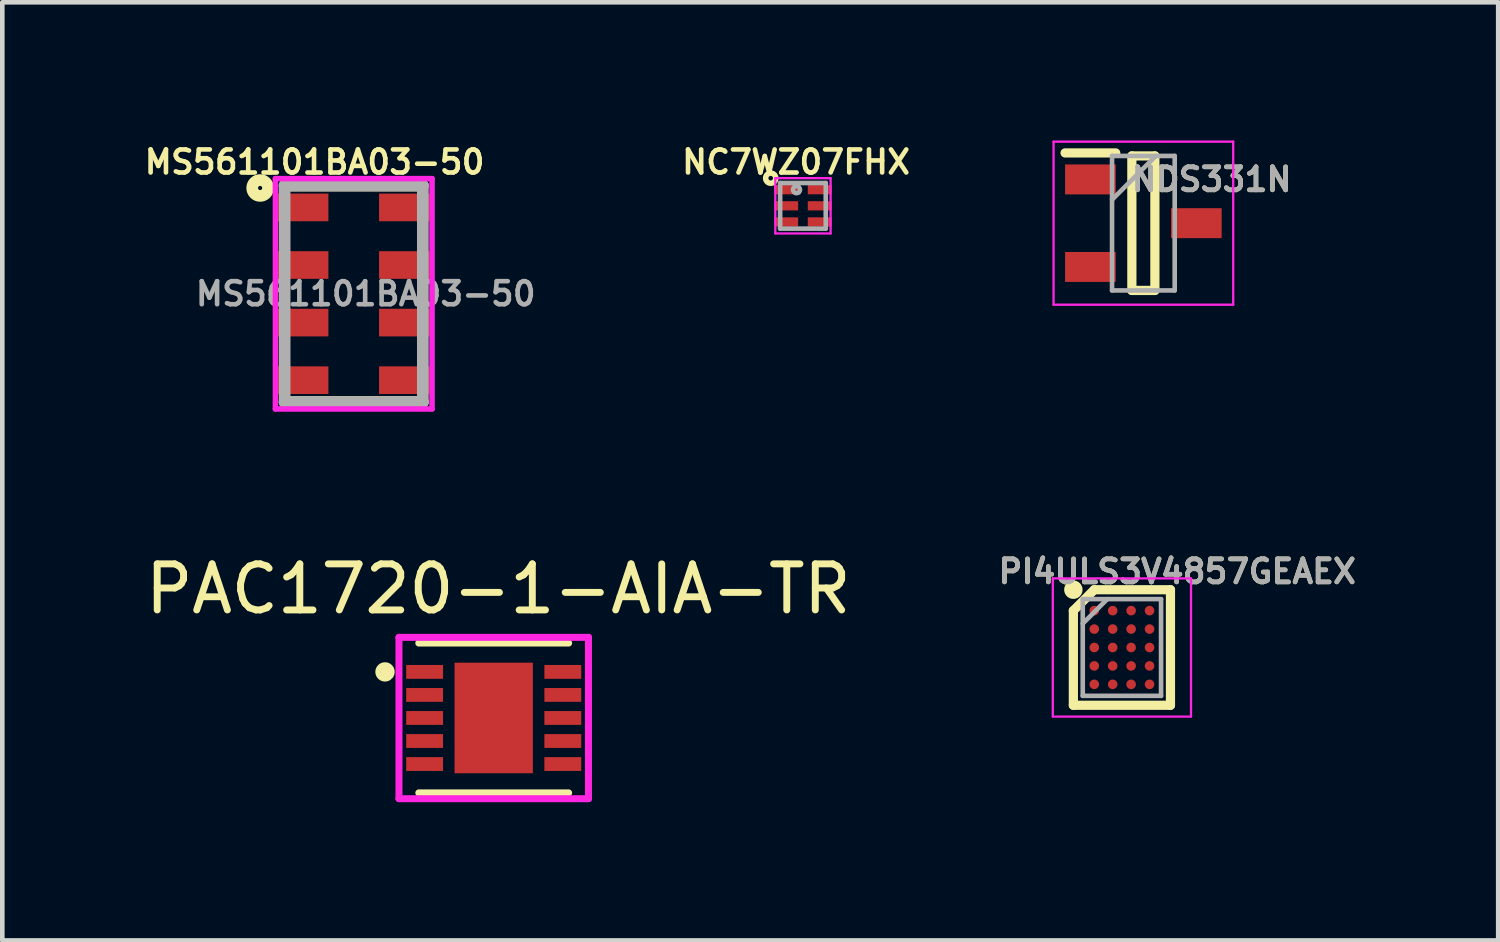
<source format=kicad_pcb>
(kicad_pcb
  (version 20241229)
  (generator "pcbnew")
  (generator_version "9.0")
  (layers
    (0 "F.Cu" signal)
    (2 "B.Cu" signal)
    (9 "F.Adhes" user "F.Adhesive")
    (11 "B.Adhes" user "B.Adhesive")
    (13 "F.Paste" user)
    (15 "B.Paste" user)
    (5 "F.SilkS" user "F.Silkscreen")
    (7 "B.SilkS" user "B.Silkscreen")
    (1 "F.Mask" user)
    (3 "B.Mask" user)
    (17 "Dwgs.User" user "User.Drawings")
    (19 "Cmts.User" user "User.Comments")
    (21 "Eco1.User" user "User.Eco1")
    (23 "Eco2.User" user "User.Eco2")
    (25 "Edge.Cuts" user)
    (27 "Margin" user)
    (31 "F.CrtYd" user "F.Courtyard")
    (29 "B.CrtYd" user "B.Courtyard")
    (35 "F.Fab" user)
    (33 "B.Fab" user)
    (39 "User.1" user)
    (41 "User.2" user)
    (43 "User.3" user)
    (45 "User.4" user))
  (footprint "NC7WZ07FHX"
    (layer "F.Cu")
    (at 14.381 1.418)
    (property "Reference" "NC7WZ07FHX" (at -0.15 -0.95 0) (layer "F.SilkS") (effects (font (size 0.5 0.5) (thickness 0.1))))
    (attr smd)
    (fp_circle (center -0.7 -0.6) (end -0.7 -0.55) (stroke (width 0.12) (type solid)) (fill no) (layer "F.SilkS"))
    (fp_line (start -0.6 -0.6) (end 0.6 -0.6) (stroke (width 0.05) (type solid)) (layer "F.CrtYd"))
    (fp_line (start -0.6 0.6) (end -0.6 -0.6) (stroke (width 0.05) (type solid)) (layer "F.CrtYd"))
    (fp_line (start 0.6 -0.6) (end 0.6 0.6) (stroke (width 0.05) (type solid)) (layer "F.CrtYd"))
    (fp_line (start 0.6 0.6) (end -0.6 0.6) (stroke (width 0.05) (type solid)) (layer "F.CrtYd"))
    (fp_line (start -0.495 -0.495) (end -0.495 0.495) (stroke (width 0.1) (type solid)) (layer "F.Fab"))
    (fp_line (start -0.495 0.495) (end 0.495 0.495) (stroke (width 0.1) (type solid)) (layer "F.Fab"))
    (fp_line (start 0.495 -0.495) (end -0.495 -0.495) (stroke (width 0.1) (type solid)) (layer "F.Fab"))
    (fp_line (start 0.495 0.495) (end 0.495 -0.495) (stroke (width 0.1) (type solid)) (layer "F.Fab"))
    (fp_circle (center -0.14 -0.35) (end -0.064 -0.35) (stroke (width 0.1) (type solid)) (fill no) (layer "F.Fab"))
    (pad "1" smd rect (at -0.34 -0.35) (size 0.57 0.2) (layers "F.Cu" "F.Mask" "F.Paste"))
    (pad "2" smd rect (at -0.365 0) (size 0.52 0.2) (layers "F.Cu" "F.Mask" "F.Paste"))
    (pad "3" smd rect (at -0.365 0.35) (size 0.52 0.2) (layers "F.Cu" "F.Mask" "F.Paste"))
    (pad "4" smd rect (at 0.365 0.35) (size 0.52 0.2) (layers "F.Cu" "F.Mask" "F.Paste"))
    (pad "5" smd rect (at 0.365 0) (size 0.52 0.2) (layers "F.Cu" "F.Mask" "F.Paste"))
    (pad "6" smd rect (at 0.365 -0.35) (size 0.52 0.2) (layers "F.Cu" "F.Mask" "F.Paste")))
  (footprint "PI4ULS3V4857GEAEX"
    (layer "F.Cu")
    (at 21.305 11.006)
    (property "Reference" "PI4ULS3V4857GEAEX" (at 1.2 -1.65 0) (layer "F.SilkS") (effects (font (size 0.5 0.5) (thickness 0.1))))
    (attr smd)
    (fp_line (start -1.054 -0.8) (end -0.6 -1.254) (stroke (width 0.2) (type solid)) (layer "F.SilkS"))
    (fp_line (start -1.054 1.254) (end -1.054 -0.8) (stroke (width 0.2) (type solid)) (layer "F.SilkS"))
    (fp_line (start -0.6 -1.254) (end 1.054 -1.254) (stroke (width 0.2) (type solid)) (layer "F.SilkS"))
    (fp_line (start 1.054 -1.254) (end 1.054 1.254) (stroke (width 0.2) (type solid)) (layer "F.SilkS"))
    (fp_line (start 1.054 1.254) (end -1.054 1.254) (stroke (width 0.2) (type solid)) (layer "F.SilkS"))
    (fp_circle (center -1.054 -1.254) (end -1.054 -1.154) (stroke (width 0.2) (type solid)) (fill no) (layer "F.SilkS"))
    (fp_line (start -1.5 -1.5) (end 1.5 -1.5) (stroke (width 0.05) (type solid)) (layer "F.CrtYd"))
    (fp_line (start -1.5 1.5) (end -1.5 -1.5) (stroke (width 0.05) (type solid)) (layer "F.CrtYd"))
    (fp_line (start 1.5 -1.5) (end 1.5 1.5) (stroke (width 0.05) (type solid)) (layer "F.CrtYd"))
    (fp_line (start 1.5 1.5) (end -1.5 1.5) (stroke (width 0.05) (type solid)) (layer "F.CrtYd"))
    (fp_line (start -0.85 -1.05) (end 0.85 -1.05) (stroke (width 0.1) (type solid)) (layer "F.Fab"))
    (fp_line (start -0.85 -0.518) (end -0.318 -1.05) (stroke (width 0.1) (type solid)) (layer "F.Fab"))
    (fp_line (start -0.85 1.05) (end -0.85 -1.05) (stroke (width 0.1) (type solid)) (layer "F.Fab"))
    (fp_line (start 0.85 -1.05) (end 0.85 1.05) (stroke (width 0.1) (type solid)) (layer "F.Fab"))
    (fp_line (start 0.85 1.05) (end -0.85 1.05) (stroke (width 0.1) (type solid)) (layer "F.Fab"))
    (fp_text user "${REFERENCE}" (at 1.2 -1.65 0) (layer "F.Fab") (effects (font (size 0.5 0.5) (thickness 0.1))))
    (pad "A1" smd circle (at -0.6 -0.8 90) (size 0.208 0.208) (layers "F.Cu" "F.Mask" "F.Paste"))
    (pad "A2" smd circle (at -0.2 -0.8 90) (size 0.208 0.208) (layers "F.Cu" "F.Mask" "F.Paste"))
    (pad "A3" smd circle (at 0.2 -0.8 90) (size 0.208 0.208) (layers "F.Cu" "F.Mask" "F.Paste"))
    (pad "A4" smd circle (at 0.6 -0.8 90) (size 0.208 0.208) (layers "F.Cu" "F.Mask" "F.Paste"))
    (pad "B1" smd circle (at -0.6 -0.4 90) (size 0.208 0.208) (layers "F.Cu" "F.Mask" "F.Paste"))
    (pad "B2" smd circle (at -0.2 -0.4 90) (size 0.208 0.208) (layers "F.Cu" "F.Mask" "F.Paste"))
    (pad "B3" smd circle (at 0.2 -0.4 90) (size 0.208 0.208) (layers "F.Cu" "F.Mask" "F.Paste"))
    (pad "B4" smd circle (at 0.6 -0.4 90) (size 0.208 0.208) (layers "F.Cu" "F.Mask" "F.Paste"))
    (pad "C1" smd circle (at -0.6 0 90) (size 0.208 0.208) (layers "F.Cu" "F.Mask" "F.Paste"))
    (pad "C2" smd circle (at -0.2 0 90) (size 0.208 0.208) (layers "F.Cu" "F.Mask" "F.Paste"))
    (pad "C3" smd circle (at 0.2 0 90) (size 0.208 0.208) (layers "F.Cu" "F.Mask" "F.Paste"))
    (pad "C4" smd circle (at 0.6 0 90) (size 0.208 0.208) (layers "F.Cu" "F.Mask" "F.Paste"))
    (pad "D1" smd circle (at -0.6 0.4 90) (size 0.208 0.208) (layers "F.Cu" "F.Mask" "F.Paste"))
    (pad "D2" smd circle (at -0.2 0.4 90) (size 0.208 0.208) (layers "F.Cu" "F.Mask" "F.Paste"))
    (pad "D3" smd circle (at 0.2 0.4 90) (size 0.208 0.208) (layers "F.Cu" "F.Mask" "F.Paste"))
    (pad "D4" smd circle (at 0.6 0.4 90) (size 0.208 0.208) (layers "F.Cu" "F.Mask" "F.Paste"))
    (pad "E1" smd circle (at -0.6 0.8 90) (size 0.208 0.208) (layers "F.Cu" "F.Mask" "F.Paste"))
    (pad "E2" smd circle (at -0.2 0.8 90) (size 0.208 0.208) (layers "F.Cu" "F.Mask" "F.Paste"))
    (pad "E3" smd circle (at 0.2 0.8 90) (size 0.208 0.208) (layers "F.Cu" "F.Mask" "F.Paste"))
    (pad "E4" smd circle (at 0.6 0.8 90) (size 0.208 0.208) (layers "F.Cu" "F.Mask" "F.Paste")))
  (footprint "MS561101BA03-50"
    (layer "F.Cu")
    (at 4.629 3.328)
    (property "Reference" "MS561101BA03-50" (at -0.85 -2.86 0) (layer "F.SilkS") (effects (font (size 0.5 0.5) (thickness 0.1))))
    (attr smd)
    (fp_line (start -1.5 -2.35) (end 1.5 -2.35) (stroke (width 0.254) (type solid)) (layer "F.SilkS"))
    (fp_line (start -1.5 2.35) (end 1.5 2.35) (stroke (width 0.254) (type solid)) (layer "F.SilkS"))
    (fp_circle (center -2.032 -2.297) (end -2.032 -2.252) (stroke (width 0.254) (type solid)) (fill no) (layer "F.SilkS"))
    (fp_line (start -1.7 -2.5) (end -1.7 2.5) (stroke (width 0.12) (type solid)) (layer "F.CrtYd"))
    (fp_line (start -1.7 2.5) (end 1.7 2.5) (stroke (width 0.12) (type solid)) (layer "F.CrtYd"))
    (fp_line (start 1.7 -2.5) (end -1.7 -2.5) (stroke (width 0.12) (type solid)) (layer "F.CrtYd"))
    (fp_line (start 1.7 2.5) (end 1.7 -2.5) (stroke (width 0.12) (type solid)) (layer "F.CrtYd"))
    (fp_line (start -1.5 -2.35) (end 1.5 -2.35) (stroke (width 0.254) (type solid)) (layer "F.Fab"))
    (fp_line (start -1.5 2.35) (end -1.5 -2.35) (stroke (width 0.254) (type solid)) (layer "F.Fab"))
    (fp_line (start 1.5 -2.35) (end 1.5 2.35) (stroke (width 0.254) (type solid)) (layer "F.Fab"))
    (fp_line (start 1.5 2.35) (end -1.5 2.35) (stroke (width 0.254) (type solid)) (layer "F.Fab"))
    (fp_text user "${REFERENCE}" (at 0.26 0 0) (layer "F.Fab") (effects (font (size 0.5 0.5) (thickness 0.1))))
    (pad "1" smd rect (at -1.1 -1.875 90) (size 0.6 1.1) (layers "F.Cu" "F.Mask" "F.Paste"))
    (pad "2" smd rect (at -1.1 -0.625 90) (size 0.6 1.1) (layers "F.Cu" "F.Mask" "F.Paste"))
    (pad "3" smd rect (at -1.1 0.625 90) (size 0.6 1.1) (layers "F.Cu" "F.Mask" "F.Paste"))
    (pad "4" smd rect (at -1.1 1.875 90) (size 0.6 1.1) (layers "F.Cu" "F.Mask" "F.Paste"))
    (pad "5" smd rect (at 1.1 1.875 90) (size 0.6 1.1) (layers "F.Cu" "F.Mask" "F.Paste"))
    (pad "6" smd rect (at 1.1 0.625 90) (size 0.6 1.1) (layers "F.Cu" "F.Mask" "F.Paste"))
    (pad "7" smd rect (at 1.1 -0.625 90) (size 0.6 1.1) (layers "F.Cu" "F.Mask" "F.Paste"))
    (pad "8" smd rect (at 1.1 -1.875 90) (size 0.6 1.1) (layers "F.Cu" "F.Mask" "F.Paste")))
  (footprint "PAC1720-1-AIA-TR"
    (layer "F.Cu")
    (at 7.668 12.536)
    (property "Reference" "PAC1720-1-AIA-TR" (at 0.1 -2.8 0) (layer "F.SilkS") (effects (font (size 1 1) (thickness 0.15))))
    (attr through_hole)
    (fp_line (start -1.626 1.626) (end 1.626 1.626) (stroke (width 0.152) (type solid)) (layer "F.SilkS"))
    (fp_line (start 1.626 -1.626) (end -1.626 -1.626) (stroke (width 0.152) (type solid)) (layer "F.SilkS"))
    (fp_arc (start -2.273981 -0.877115) (mid -2.464314 -1.10779) (end -2.24 -0.91) (stroke (width 0.12) (type solid)) (layer "F.SilkS"))
    (fp_circle (center -2.34 -1) (end -2.28 -1) (stroke (width 0.12) (type solid)) (fill no) (layer "F.SilkS"))
    (fp_line (start -2.057 -1.75) (end 2.057 -1.75) (stroke (width 0.152) (type solid)) (layer "F.CrtYd"))
    (fp_line (start -2.057 1.75) (end -2.057 -1.75) (stroke (width 0.152) (type solid)) (layer "F.CrtYd"))
    (fp_line (start 2.057 -1.75) (end 2.057 1.75) (stroke (width 0.152) (type solid)) (layer "F.CrtYd"))
    (fp_line (start 2.057 1.753) (end -2.057 1.753) (stroke (width 0.152) (type solid)) (layer "F.CrtYd"))
    (pad "1" smd rect (at -1.5 -1) (size 0.8 0.3) (layers "F.Cu" "F.Mask" "F.Paste"))
    (pad "2" smd rect (at -1.5 -0.5) (size 0.8 0.3) (layers "F.Cu" "F.Mask" "F.Paste"))
    (pad "3" smd rect (at -1.5 0) (size 0.8 0.3) (layers "F.Cu" "F.Mask" "F.Paste"))
    (pad "4" smd rect (at -1.5 0.5) (size 0.8 0.3) (layers "F.Cu" "F.Mask" "F.Paste"))
    (pad "5" smd rect (at -1.5 1) (size 0.8 0.3) (layers "F.Cu" "F.Mask" "F.Paste"))
    (pad "6" smd rect (at 1.5 1) (size 0.8 0.3) (layers "F.Cu" "F.Mask" "F.Paste"))
    (pad "7" smd rect (at 1.5 0.5) (size 0.8 0.3) (layers "F.Cu" "F.Mask" "F.Paste"))
    (pad "8" smd rect (at 1.5 0) (size 0.8 0.3) (layers "F.Cu" "F.Mask" "F.Paste"))
    (pad "9" smd rect (at 1.5 -0.5) (size 0.8 0.3) (layers "F.Cu" "F.Mask" "F.Paste"))
    (pad "10" smd rect (at 1.5 -1) (size 0.8 0.3) (layers "F.Cu" "F.Mask" "F.Paste"))
    (pad "11" smd rect (at 0 0) (size 1.7 2.4) (layers "F.Cu" "F.Mask" "F.Paste")))
  (footprint "NDS331N"
    (layer "F.Cu")
    (at 21.771 1.795)
    (property "Reference" "NDS331N" (at 1.48 -0.95 180) (layer "F.SilkS") (effects (font (size 0.5 0.5) (thickness 0.1))))
    (attr smd)
    (fp_line (start -1.7 -1.525) (end -0.6 -1.525) (stroke (width 0.2) (type solid)) (layer "F.SilkS"))
    (fp_line (start -0.25 -1.46) (end 0.25 -1.46) (stroke (width 0.2) (type solid)) (layer "F.SilkS"))
    (fp_line (start -0.25 1.46) (end -0.25 -1.46) (stroke (width 0.2) (type solid)) (layer "F.SilkS"))
    (fp_line (start 0.25 -1.46) (end 0.25 1.46) (stroke (width 0.2) (type solid)) (layer "F.SilkS"))
    (fp_line (start 0.25 1.46) (end -0.25 1.46) (stroke (width 0.2) (type solid)) (layer "F.SilkS"))
    (fp_line (start -1.95 -1.77) (end 1.95 -1.77) (stroke (width 0.05) (type solid)) (layer "F.CrtYd"))
    (fp_line (start -1.95 1.77) (end -1.95 -1.77) (stroke (width 0.05) (type solid)) (layer "F.CrtYd"))
    (fp_line (start 1.95 -1.77) (end 1.95 1.77) (stroke (width 0.05) (type solid)) (layer "F.CrtYd"))
    (fp_line (start 1.95 1.77) (end -1.95 1.77) (stroke (width 0.05) (type solid)) (layer "F.CrtYd"))
    (fp_line (start -0.68 -1.46) (end 0.68 -1.46) (stroke (width 0.1) (type solid)) (layer "F.Fab"))
    (fp_line (start -0.68 -0.51) (end 0.27 -1.46) (stroke (width 0.1) (type solid)) (layer "F.Fab"))
    (fp_line (start -0.68 1.46) (end -0.68 -1.46) (stroke (width 0.1) (type solid)) (layer "F.Fab"))
    (fp_line (start 0.68 -1.46) (end 0.68 1.46) (stroke (width 0.1) (type solid)) (layer "F.Fab"))
    (fp_line (start 0.68 1.46) (end -0.68 1.46) (stroke (width 0.1) (type solid)) (layer "F.Fab"))
    (fp_text user "${REFERENCE}" (at 1.48 -0.95 0) (layer "F.Fab") (effects (font (size 0.5 0.5) (thickness 0.1))))
    (pad "1" smd rect (at -1.15 -0.95 90) (size 0.65 1.1) (layers "F.Cu" "F.Mask" "F.Paste"))
    (pad "2" smd rect (at -1.15 0.95 90) (size 0.65 1.1) (layers "F.Cu" "F.Mask" "F.Paste"))
    (pad "3" smd rect (at 1.15 0 90) (size 0.65 1.1) (layers "F.Cu" "F.Mask" "F.Paste")))
  (gr_rect
    (start -3 -3)
    (end 29.474 17.365)
    (stroke (width 0.1) (type default))
    (fill no)
    (layer "Edge.Cuts")))
</source>
